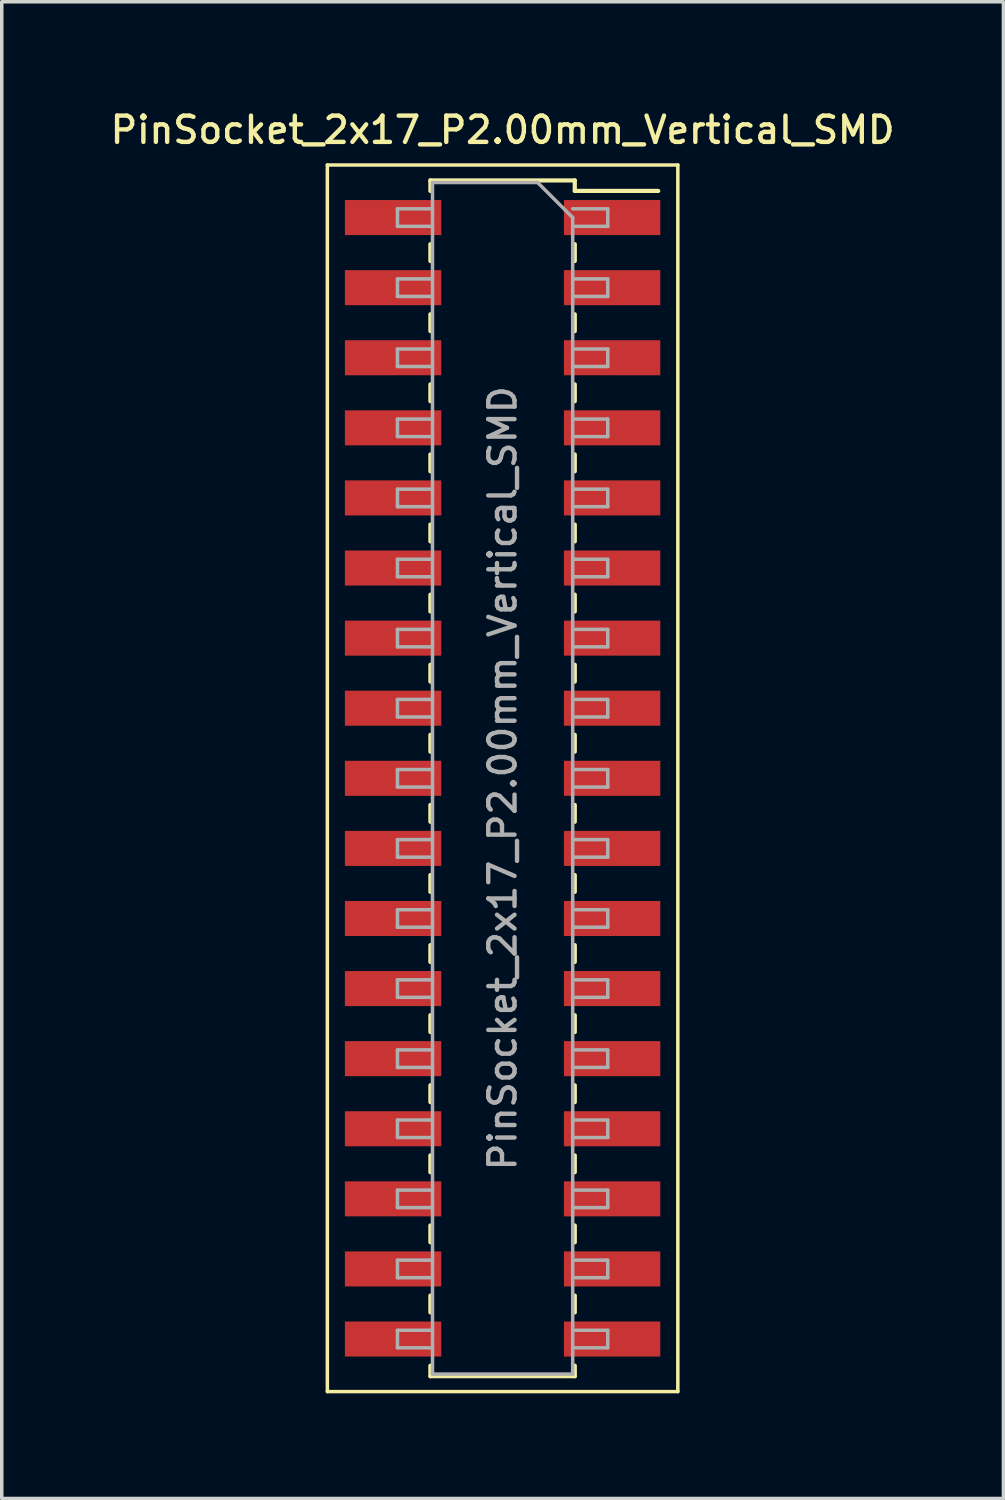
<source format=kicad_pcb>
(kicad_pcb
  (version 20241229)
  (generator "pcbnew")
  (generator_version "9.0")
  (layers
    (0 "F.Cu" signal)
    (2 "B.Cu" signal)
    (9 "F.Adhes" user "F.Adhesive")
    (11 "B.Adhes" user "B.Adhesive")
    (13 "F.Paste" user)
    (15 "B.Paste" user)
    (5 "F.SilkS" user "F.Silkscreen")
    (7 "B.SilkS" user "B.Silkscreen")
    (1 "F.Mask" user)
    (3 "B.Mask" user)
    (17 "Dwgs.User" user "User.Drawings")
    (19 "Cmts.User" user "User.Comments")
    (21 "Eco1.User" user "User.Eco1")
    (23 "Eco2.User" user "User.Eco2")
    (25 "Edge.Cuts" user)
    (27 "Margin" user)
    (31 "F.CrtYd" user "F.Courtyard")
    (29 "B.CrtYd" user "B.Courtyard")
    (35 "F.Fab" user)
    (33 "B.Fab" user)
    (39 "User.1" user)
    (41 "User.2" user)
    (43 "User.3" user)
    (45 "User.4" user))
  (footprint "PinSocket_2x17_P2.00mm_Vertical_SMD"
    (layer "F.Cu")
    (at 11.291 19.158)
    (property "Reference" "PinSocket_2x17_P2.00mm_Vertical_SMD" (at 0 -18.5 0) (layer "F.SilkS") (effects (font (size 0.75 0.75) (thickness 0.125))))
    (attr smd)
    (fp_line (start -5 -17.5) (end 5 -17.5) (stroke (width 0.1) (type solid)) (layer "F.SilkS"))
    (fp_line (start -5 17.5) (end -5 -17.5) (stroke (width 0.1) (type solid)) (layer "F.SilkS"))
    (fp_line (start -2.06 -17.06) (end -2.06 -16.76) (stroke (width 0.12) (type solid)) (layer "F.SilkS"))
    (fp_line (start -2.06 -17.06) (end 2.06 -17.06) (stroke (width 0.12) (type solid)) (layer "F.SilkS"))
    (fp_line (start -2.06 -15.24) (end -2.06 -14.76) (stroke (width 0.12) (type solid)) (layer "F.SilkS"))
    (fp_line (start -2.06 -13.24) (end -2.06 -12.76) (stroke (width 0.12) (type solid)) (layer "F.SilkS"))
    (fp_line (start -2.06 -11.24) (end -2.06 -10.76) (stroke (width 0.12) (type solid)) (layer "F.SilkS"))
    (fp_line (start -2.06 -9.24) (end -2.06 -8.76) (stroke (width 0.12) (type solid)) (layer "F.SilkS"))
    (fp_line (start -2.06 -7.24) (end -2.06 -6.76) (stroke (width 0.12) (type solid)) (layer "F.SilkS"))
    (fp_line (start -2.06 -5.24) (end -2.06 -4.76) (stroke (width 0.12) (type solid)) (layer "F.SilkS"))
    (fp_line (start -2.06 -3.24) (end -2.06 -2.76) (stroke (width 0.12) (type solid)) (layer "F.SilkS"))
    (fp_line (start -2.06 -1.24) (end -2.06 -0.76) (stroke (width 0.12) (type solid)) (layer "F.SilkS"))
    (fp_line (start -2.06 0.76) (end -2.06 1.24) (stroke (width 0.12) (type solid)) (layer "F.SilkS"))
    (fp_line (start -2.06 2.76) (end -2.06 3.24) (stroke (width 0.12) (type solid)) (layer "F.SilkS"))
    (fp_line (start -2.06 4.76) (end -2.06 5.24) (stroke (width 0.12) (type solid)) (layer "F.SilkS"))
    (fp_line (start -2.06 6.76) (end -2.06 7.24) (stroke (width 0.12) (type solid)) (layer "F.SilkS"))
    (fp_line (start -2.06 8.76) (end -2.06 9.24) (stroke (width 0.12) (type solid)) (layer "F.SilkS"))
    (fp_line (start -2.06 10.76) (end -2.06 11.24) (stroke (width 0.12) (type solid)) (layer "F.SilkS"))
    (fp_line (start -2.06 12.76) (end -2.06 13.24) (stroke (width 0.12) (type solid)) (layer "F.SilkS"))
    (fp_line (start -2.06 14.76) (end -2.06 15.24) (stroke (width 0.12) (type solid)) (layer "F.SilkS"))
    (fp_line (start -2.06 16.76) (end -2.06 17.06) (stroke (width 0.12) (type solid)) (layer "F.SilkS"))
    (fp_line (start -2.06 17.06) (end 2.06 17.06) (stroke (width 0.12) (type solid)) (layer "F.SilkS"))
    (fp_line (start 2.06 -17.06) (end 2.06 -16.76) (stroke (width 0.12) (type solid)) (layer "F.SilkS"))
    (fp_line (start 2.06 -16.76) (end 4.44 -16.76) (stroke (width 0.12) (type solid)) (layer "F.SilkS"))
    (fp_line (start 2.06 -15.24) (end 2.06 -14.76) (stroke (width 0.12) (type solid)) (layer "F.SilkS"))
    (fp_line (start 2.06 -13.24) (end 2.06 -12.76) (stroke (width 0.12) (type solid)) (layer "F.SilkS"))
    (fp_line (start 2.06 -11.24) (end 2.06 -10.76) (stroke (width 0.12) (type solid)) (layer "F.SilkS"))
    (fp_line (start 2.06 -9.24) (end 2.06 -8.76) (stroke (width 0.12) (type solid)) (layer "F.SilkS"))
    (fp_line (start 2.06 -7.24) (end 2.06 -6.76) (stroke (width 0.12) (type solid)) (layer "F.SilkS"))
    (fp_line (start 2.06 -5.24) (end 2.06 -4.76) (stroke (width 0.12) (type solid)) (layer "F.SilkS"))
    (fp_line (start 2.06 -3.24) (end 2.06 -2.76) (stroke (width 0.12) (type solid)) (layer "F.SilkS"))
    (fp_line (start 2.06 -1.24) (end 2.06 -0.76) (stroke (width 0.12) (type solid)) (layer "F.SilkS"))
    (fp_line (start 2.06 0.76) (end 2.06 1.24) (stroke (width 0.12) (type solid)) (layer "F.SilkS"))
    (fp_line (start 2.06 2.76) (end 2.06 3.24) (stroke (width 0.12) (type solid)) (layer "F.SilkS"))
    (fp_line (start 2.06 4.76) (end 2.06 5.24) (stroke (width 0.12) (type solid)) (layer "F.SilkS"))
    (fp_line (start 2.06 6.76) (end 2.06 7.24) (stroke (width 0.12) (type solid)) (layer "F.SilkS"))
    (fp_line (start 2.06 8.76) (end 2.06 9.24) (stroke (width 0.12) (type solid)) (layer "F.SilkS"))
    (fp_line (start 2.06 10.76) (end 2.06 11.24) (stroke (width 0.12) (type solid)) (layer "F.SilkS"))
    (fp_line (start 2.06 12.76) (end 2.06 13.24) (stroke (width 0.12) (type solid)) (layer "F.SilkS"))
    (fp_line (start 2.06 14.76) (end 2.06 15.24) (stroke (width 0.12) (type solid)) (layer "F.SilkS"))
    (fp_line (start 2.06 16.76) (end 2.06 17.06) (stroke (width 0.12) (type solid)) (layer "F.SilkS"))
    (fp_line (start 5 -17.5) (end 5 17.5) (stroke (width 0.1) (type solid)) (layer "F.SilkS"))
    (fp_line (start 5 17.5) (end -5 17.5) (stroke (width 0.1) (type solid)) (layer "F.SilkS"))
    (fp_line (start -3 -16.25) (end -2 -16.25) (stroke (width 0.1) (type solid)) (layer "F.Fab"))
    (fp_line (start -3 -15.75) (end -3 -16.25) (stroke (width 0.1) (type solid)) (layer "F.Fab"))
    (fp_line (start -3 -14.25) (end -2 -14.25) (stroke (width 0.1) (type solid)) (layer "F.Fab"))
    (fp_line (start -3 -13.75) (end -3 -14.25) (stroke (width 0.1) (type solid)) (layer "F.Fab"))
    (fp_line (start -3 -12.25) (end -2 -12.25) (stroke (width 0.1) (type solid)) (layer "F.Fab"))
    (fp_line (start -3 -11.75) (end -3 -12.25) (stroke (width 0.1) (type solid)) (layer "F.Fab"))
    (fp_line (start -3 -10.25) (end -2 -10.25) (stroke (width 0.1) (type solid)) (layer "F.Fab"))
    (fp_line (start -3 -9.75) (end -3 -10.25) (stroke (width 0.1) (type solid)) (layer "F.Fab"))
    (fp_line (start -3 -8.25) (end -2 -8.25) (stroke (width 0.1) (type solid)) (layer "F.Fab"))
    (fp_line (start -3 -7.75) (end -3 -8.25) (stroke (width 0.1) (type solid)) (layer "F.Fab"))
    (fp_line (start -3 -6.25) (end -2 -6.25) (stroke (width 0.1) (type solid)) (layer "F.Fab"))
    (fp_line (start -3 -5.75) (end -3 -6.25) (stroke (width 0.1) (type solid)) (layer "F.Fab"))
    (fp_line (start -3 -4.25) (end -2 -4.25) (stroke (width 0.1) (type solid)) (layer "F.Fab"))
    (fp_line (start -3 -3.75) (end -3 -4.25) (stroke (width 0.1) (type solid)) (layer "F.Fab"))
    (fp_line (start -3 -2.25) (end -2 -2.25) (stroke (width 0.1) (type solid)) (layer "F.Fab"))
    (fp_line (start -3 -1.75) (end -3 -2.25) (stroke (width 0.1) (type solid)) (layer "F.Fab"))
    (fp_line (start -3 -0.25) (end -2 -0.25) (stroke (width 0.1) (type solid)) (layer "F.Fab"))
    (fp_line (start -3 0.25) (end -3 -0.25) (stroke (width 0.1) (type solid)) (layer "F.Fab"))
    (fp_line (start -3 1.75) (end -2 1.75) (stroke (width 0.1) (type solid)) (layer "F.Fab"))
    (fp_line (start -3 2.25) (end -3 1.75) (stroke (width 0.1) (type solid)) (layer "F.Fab"))
    (fp_line (start -3 3.75) (end -2 3.75) (stroke (width 0.1) (type solid)) (layer "F.Fab"))
    (fp_line (start -3 4.25) (end -3 3.75) (stroke (width 0.1) (type solid)) (layer "F.Fab"))
    (fp_line (start -3 5.75) (end -2 5.75) (stroke (width 0.1) (type solid)) (layer "F.Fab"))
    (fp_line (start -3 6.25) (end -3 5.75) (stroke (width 0.1) (type solid)) (layer "F.Fab"))
    (fp_line (start -3 7.75) (end -2 7.75) (stroke (width 0.1) (type solid)) (layer "F.Fab"))
    (fp_line (start -3 8.25) (end -3 7.75) (stroke (width 0.1) (type solid)) (layer "F.Fab"))
    (fp_line (start -3 9.75) (end -2 9.75) (stroke (width 0.1) (type solid)) (layer "F.Fab"))
    (fp_line (start -3 10.25) (end -3 9.75) (stroke (width 0.1) (type solid)) (layer "F.Fab"))
    (fp_line (start -3 11.75) (end -2 11.75) (stroke (width 0.1) (type solid)) (layer "F.Fab"))
    (fp_line (start -3 12.25) (end -3 11.75) (stroke (width 0.1) (type solid)) (layer "F.Fab"))
    (fp_line (start -3 13.75) (end -2 13.75) (stroke (width 0.1) (type solid)) (layer "F.Fab"))
    (fp_line (start -3 14.25) (end -3 13.75) (stroke (width 0.1) (type solid)) (layer "F.Fab"))
    (fp_line (start -3 15.75) (end -2 15.75) (stroke (width 0.1) (type solid)) (layer "F.Fab"))
    (fp_line (start -3 16.25) (end -3 15.75) (stroke (width 0.1) (type solid)) (layer "F.Fab"))
    (fp_line (start -2 -17) (end 1 -17) (stroke (width 0.1) (type solid)) (layer "F.Fab"))
    (fp_line (start -2 -15.75) (end -3 -15.75) (stroke (width 0.1) (type solid)) (layer "F.Fab"))
    (fp_line (start -2 -13.75) (end -3 -13.75) (stroke (width 0.1) (type solid)) (layer "F.Fab"))
    (fp_line (start -2 -11.75) (end -3 -11.75) (stroke (width 0.1) (type solid)) (layer "F.Fab"))
    (fp_line (start -2 -9.75) (end -3 -9.75) (stroke (width 0.1) (type solid)) (layer "F.Fab"))
    (fp_line (start -2 -7.75) (end -3 -7.75) (stroke (width 0.1) (type solid)) (layer "F.Fab"))
    (fp_line (start -2 -5.75) (end -3 -5.75) (stroke (width 0.1) (type solid)) (layer "F.Fab"))
    (fp_line (start -2 -3.75) (end -3 -3.75) (stroke (width 0.1) (type solid)) (layer "F.Fab"))
    (fp_line (start -2 -1.75) (end -3 -1.75) (stroke (width 0.1) (type solid)) (layer "F.Fab"))
    (fp_line (start -2 0.25) (end -3 0.25) (stroke (width 0.1) (type solid)) (layer "F.Fab"))
    (fp_line (start -2 2.25) (end -3 2.25) (stroke (width 0.1) (type solid)) (layer "F.Fab"))
    (fp_line (start -2 4.25) (end -3 4.25) (stroke (width 0.1) (type solid)) (layer "F.Fab"))
    (fp_line (start -2 6.25) (end -3 6.25) (stroke (width 0.1) (type solid)) (layer "F.Fab"))
    (fp_line (start -2 8.25) (end -3 8.25) (stroke (width 0.1) (type solid)) (layer "F.Fab"))
    (fp_line (start -2 10.25) (end -3 10.25) (stroke (width 0.1) (type solid)) (layer "F.Fab"))
    (fp_line (start -2 12.25) (end -3 12.25) (stroke (width 0.1) (type solid)) (layer "F.Fab"))
    (fp_line (start -2 14.25) (end -3 14.25) (stroke (width 0.1) (type solid)) (layer "F.Fab"))
    (fp_line (start -2 16.25) (end -3 16.25) (stroke (width 0.1) (type solid)) (layer "F.Fab"))
    (fp_line (start -2 17) (end -2 -17) (stroke (width 0.1) (type solid)) (layer "F.Fab"))
    (fp_line (start 1 -17) (end 2 -16) (stroke (width 0.1) (type solid)) (layer "F.Fab"))
    (fp_line (start 2 -16.25) (end 3 -16.25) (stroke (width 0.1) (type solid)) (layer "F.Fab"))
    (fp_line (start 2 -16) (end 2 17) (stroke (width 0.1) (type solid)) (layer "F.Fab"))
    (fp_line (start 2 -14.25) (end 3 -14.25) (stroke (width 0.1) (type solid)) (layer "F.Fab"))
    (fp_line (start 2 -12.25) (end 3 -12.25) (stroke (width 0.1) (type solid)) (layer "F.Fab"))
    (fp_line (start 2 -10.25) (end 3 -10.25) (stroke (width 0.1) (type solid)) (layer "F.Fab"))
    (fp_line (start 2 -8.25) (end 3 -8.25) (stroke (width 0.1) (type solid)) (layer "F.Fab"))
    (fp_line (start 2 -6.25) (end 3 -6.25) (stroke (width 0.1) (type solid)) (layer "F.Fab"))
    (fp_line (start 2 -4.25) (end 3 -4.25) (stroke (width 0.1) (type solid)) (layer "F.Fab"))
    (fp_line (start 2 -2.25) (end 3 -2.25) (stroke (width 0.1) (type solid)) (layer "F.Fab"))
    (fp_line (start 2 -0.25) (end 3 -0.25) (stroke (width 0.1) (type solid)) (layer "F.Fab"))
    (fp_line (start 2 1.75) (end 3 1.75) (stroke (width 0.1) (type solid)) (layer "F.Fab"))
    (fp_line (start 2 3.75) (end 3 3.75) (stroke (width 0.1) (type solid)) (layer "F.Fab"))
    (fp_line (start 2 5.75) (end 3 5.75) (stroke (width 0.1) (type solid)) (layer "F.Fab"))
    (fp_line (start 2 7.75) (end 3 7.75) (stroke (width 0.1) (type solid)) (layer "F.Fab"))
    (fp_line (start 2 9.75) (end 3 9.75) (stroke (width 0.1) (type solid)) (layer "F.Fab"))
    (fp_line (start 2 11.75) (end 3 11.75) (stroke (width 0.1) (type solid)) (layer "F.Fab"))
    (fp_line (start 2 13.75) (end 3 13.75) (stroke (width 0.1) (type solid)) (layer "F.Fab"))
    (fp_line (start 2 15.75) (end 3 15.75) (stroke (width 0.1) (type solid)) (layer "F.Fab"))
    (fp_line (start 2 17) (end -2 17) (stroke (width 0.1) (type solid)) (layer "F.Fab"))
    (fp_line (start 3 -16.25) (end 3 -15.75) (stroke (width 0.1) (type solid)) (layer "F.Fab"))
    (fp_line (start 3 -15.75) (end 2 -15.75) (stroke (width 0.1) (type solid)) (layer "F.Fab"))
    (fp_line (start 3 -14.25) (end 3 -13.75) (stroke (width 0.1) (type solid)) (layer "F.Fab"))
    (fp_line (start 3 -13.75) (end 2 -13.75) (stroke (width 0.1) (type solid)) (layer "F.Fab"))
    (fp_line (start 3 -12.25) (end 3 -11.75) (stroke (width 0.1) (type solid)) (layer "F.Fab"))
    (fp_line (start 3 -11.75) (end 2 -11.75) (stroke (width 0.1) (type solid)) (layer "F.Fab"))
    (fp_line (start 3 -10.25) (end 3 -9.75) (stroke (width 0.1) (type solid)) (layer "F.Fab"))
    (fp_line (start 3 -9.75) (end 2 -9.75) (stroke (width 0.1) (type solid)) (layer "F.Fab"))
    (fp_line (start 3 -8.25) (end 3 -7.75) (stroke (width 0.1) (type solid)) (layer "F.Fab"))
    (fp_line (start 3 -7.75) (end 2 -7.75) (stroke (width 0.1) (type solid)) (layer "F.Fab"))
    (fp_line (start 3 -6.25) (end 3 -5.75) (stroke (width 0.1) (type solid)) (layer "F.Fab"))
    (fp_line (start 3 -5.75) (end 2 -5.75) (stroke (width 0.1) (type solid)) (layer "F.Fab"))
    (fp_line (start 3 -4.25) (end 3 -3.75) (stroke (width 0.1) (type solid)) (layer "F.Fab"))
    (fp_line (start 3 -3.75) (end 2 -3.75) (stroke (width 0.1) (type solid)) (layer "F.Fab"))
    (fp_line (start 3 -2.25) (end 3 -1.75) (stroke (width 0.1) (type solid)) (layer "F.Fab"))
    (fp_line (start 3 -1.75) (end 2 -1.75) (stroke (width 0.1) (type solid)) (layer "F.Fab"))
    (fp_line (start 3 -0.25) (end 3 0.25) (stroke (width 0.1) (type solid)) (layer "F.Fab"))
    (fp_line (start 3 0.25) (end 2 0.25) (stroke (width 0.1) (type solid)) (layer "F.Fab"))
    (fp_line (start 3 1.75) (end 3 2.25) (stroke (width 0.1) (type solid)) (layer "F.Fab"))
    (fp_line (start 3 2.25) (end 2 2.25) (stroke (width 0.1) (type solid)) (layer "F.Fab"))
    (fp_line (start 3 3.75) (end 3 4.25) (stroke (width 0.1) (type solid)) (layer "F.Fab"))
    (fp_line (start 3 4.25) (end 2 4.25) (stroke (width 0.1) (type solid)) (layer "F.Fab"))
    (fp_line (start 3 5.75) (end 3 6.25) (stroke (width 0.1) (type solid)) (layer "F.Fab"))
    (fp_line (start 3 6.25) (end 2 6.25) (stroke (width 0.1) (type solid)) (layer "F.Fab"))
    (fp_line (start 3 7.75) (end 3 8.25) (stroke (width 0.1) (type solid)) (layer "F.Fab"))
    (fp_line (start 3 8.25) (end 2 8.25) (stroke (width 0.1) (type solid)) (layer "F.Fab"))
    (fp_line (start 3 9.75) (end 3 10.25) (stroke (width 0.1) (type solid)) (layer "F.Fab"))
    (fp_line (start 3 10.25) (end 2 10.25) (stroke (width 0.1) (type solid)) (layer "F.Fab"))
    (fp_line (start 3 11.75) (end 3 12.25) (stroke (width 0.1) (type solid)) (layer "F.Fab"))
    (fp_line (start 3 12.25) (end 2 12.25) (stroke (width 0.1) (type solid)) (layer "F.Fab"))
    (fp_line (start 3 13.75) (end 3 14.25) (stroke (width 0.1) (type solid)) (layer "F.Fab"))
    (fp_line (start 3 14.25) (end 2 14.25) (stroke (width 0.1) (type solid)) (layer "F.Fab"))
    (fp_line (start 3 15.75) (end 3 16.25) (stroke (width 0.1) (type solid)) (layer "F.Fab"))
    (fp_line (start 3 16.25) (end 2 16.25) (stroke (width 0.1) (type solid)) (layer "F.Fab"))
    (fp_text user "${REFERENCE}" (at 0 0 90) (layer "F.Fab") (effects (font (size 0.75 0.75) (thickness 0.125))))
    (pad "1" smd rect (at 3.125 -16) (size 2.75 1) (layers "F.Cu" "F.Mask" "F.Paste"))
    (pad "2" smd rect (at -3.125 -16) (size 2.75 1) (layers "F.Cu" "F.Mask" "F.Paste"))
    (pad "3" smd rect (at 3.125 -14) (size 2.75 1) (layers "F.Cu" "F.Mask" "F.Paste"))
    (pad "4" smd rect (at -3.125 -14) (size 2.75 1) (layers "F.Cu" "F.Mask" "F.Paste"))
    (pad "5" smd rect (at 3.125 -12) (size 2.75 1) (layers "F.Cu" "F.Mask" "F.Paste"))
    (pad "6" smd rect (at -3.125 -12) (size 2.75 1) (layers "F.Cu" "F.Mask" "F.Paste"))
    (pad "7" smd rect (at 3.125 -10) (size 2.75 1) (layers "F.Cu" "F.Mask" "F.Paste"))
    (pad "8" smd rect (at -3.125 -10) (size 2.75 1) (layers "F.Cu" "F.Mask" "F.Paste"))
    (pad "9" smd rect (at 3.125 -8) (size 2.75 1) (layers "F.Cu" "F.Mask" "F.Paste"))
    (pad "10" smd rect (at -3.125 -8) (size 2.75 1) (layers "F.Cu" "F.Mask" "F.Paste"))
    (pad "11" smd rect (at 3.125 -6) (size 2.75 1) (layers "F.Cu" "F.Mask" "F.Paste"))
    (pad "12" smd rect (at -3.125 -6) (size 2.75 1) (layers "F.Cu" "F.Mask" "F.Paste"))
    (pad "13" smd rect (at 3.125 -4) (size 2.75 1) (layers "F.Cu" "F.Mask" "F.Paste"))
    (pad "14" smd rect (at -3.125 -4) (size 2.75 1) (layers "F.Cu" "F.Mask" "F.Paste"))
    (pad "15" smd rect (at 3.125 -2) (size 2.75 1) (layers "F.Cu" "F.Mask" "F.Paste"))
    (pad "16" smd rect (at -3.125 -2) (size 2.75 1) (layers "F.Cu" "F.Mask" "F.Paste"))
    (pad "17" smd rect (at 3.125 0) (size 2.75 1) (layers "F.Cu" "F.Mask" "F.Paste"))
    (pad "18" smd rect (at -3.125 0) (size 2.75 1) (layers "F.Cu" "F.Mask" "F.Paste"))
    (pad "19" smd rect (at 3.125 2) (size 2.75 1) (layers "F.Cu" "F.Mask" "F.Paste"))
    (pad "20" smd rect (at -3.125 2) (size 2.75 1) (layers "F.Cu" "F.Mask" "F.Paste"))
    (pad "21" smd rect (at 3.125 4) (size 2.75 1) (layers "F.Cu" "F.Mask" "F.Paste"))
    (pad "22" smd rect (at -3.125 4) (size 2.75 1) (layers "F.Cu" "F.Mask" "F.Paste"))
    (pad "23" smd rect (at 3.125 6) (size 2.75 1) (layers "F.Cu" "F.Mask" "F.Paste"))
    (pad "24" smd rect (at -3.125 6) (size 2.75 1) (layers "F.Cu" "F.Mask" "F.Paste"))
    (pad "25" smd rect (at 3.125 8) (size 2.75 1) (layers "F.Cu" "F.Mask" "F.Paste"))
    (pad "26" smd rect (at -3.125 8) (size 2.75 1) (layers "F.Cu" "F.Mask" "F.Paste"))
    (pad "27" smd rect (at 3.125 10) (size 2.75 1) (layers "F.Cu" "F.Mask" "F.Paste"))
    (pad "28" smd rect (at -3.125 10) (size 2.75 1) (layers "F.Cu" "F.Mask" "F.Paste"))
    (pad "29" smd rect (at 3.125 12) (size 2.75 1) (layers "F.Cu" "F.Mask" "F.Paste"))
    (pad "30" smd rect (at -3.125 12) (size 2.75 1) (layers "F.Cu" "F.Mask" "F.Paste"))
    (pad "31" smd rect (at 3.125 14) (size 2.75 1) (layers "F.Cu" "F.Mask" "F.Paste"))
    (pad "32" smd rect (at -3.125 14) (size 2.75 1) (layers "F.Cu" "F.Mask" "F.Paste"))
    (pad "33" smd rect (at 3.125 16) (size 2.75 1) (layers "F.Cu" "F.Mask" "F.Paste"))
    (pad "34" smd rect (at -3.125 16) (size 2.75 1) (layers "F.Cu" "F.Mask" "F.Paste")))
  (gr_rect
    (start -3 -3)
    (end 25.582 39.708)
    (stroke (width 0.1) (type default))
    (fill no)
    (layer "Edge.Cuts")))
</source>
